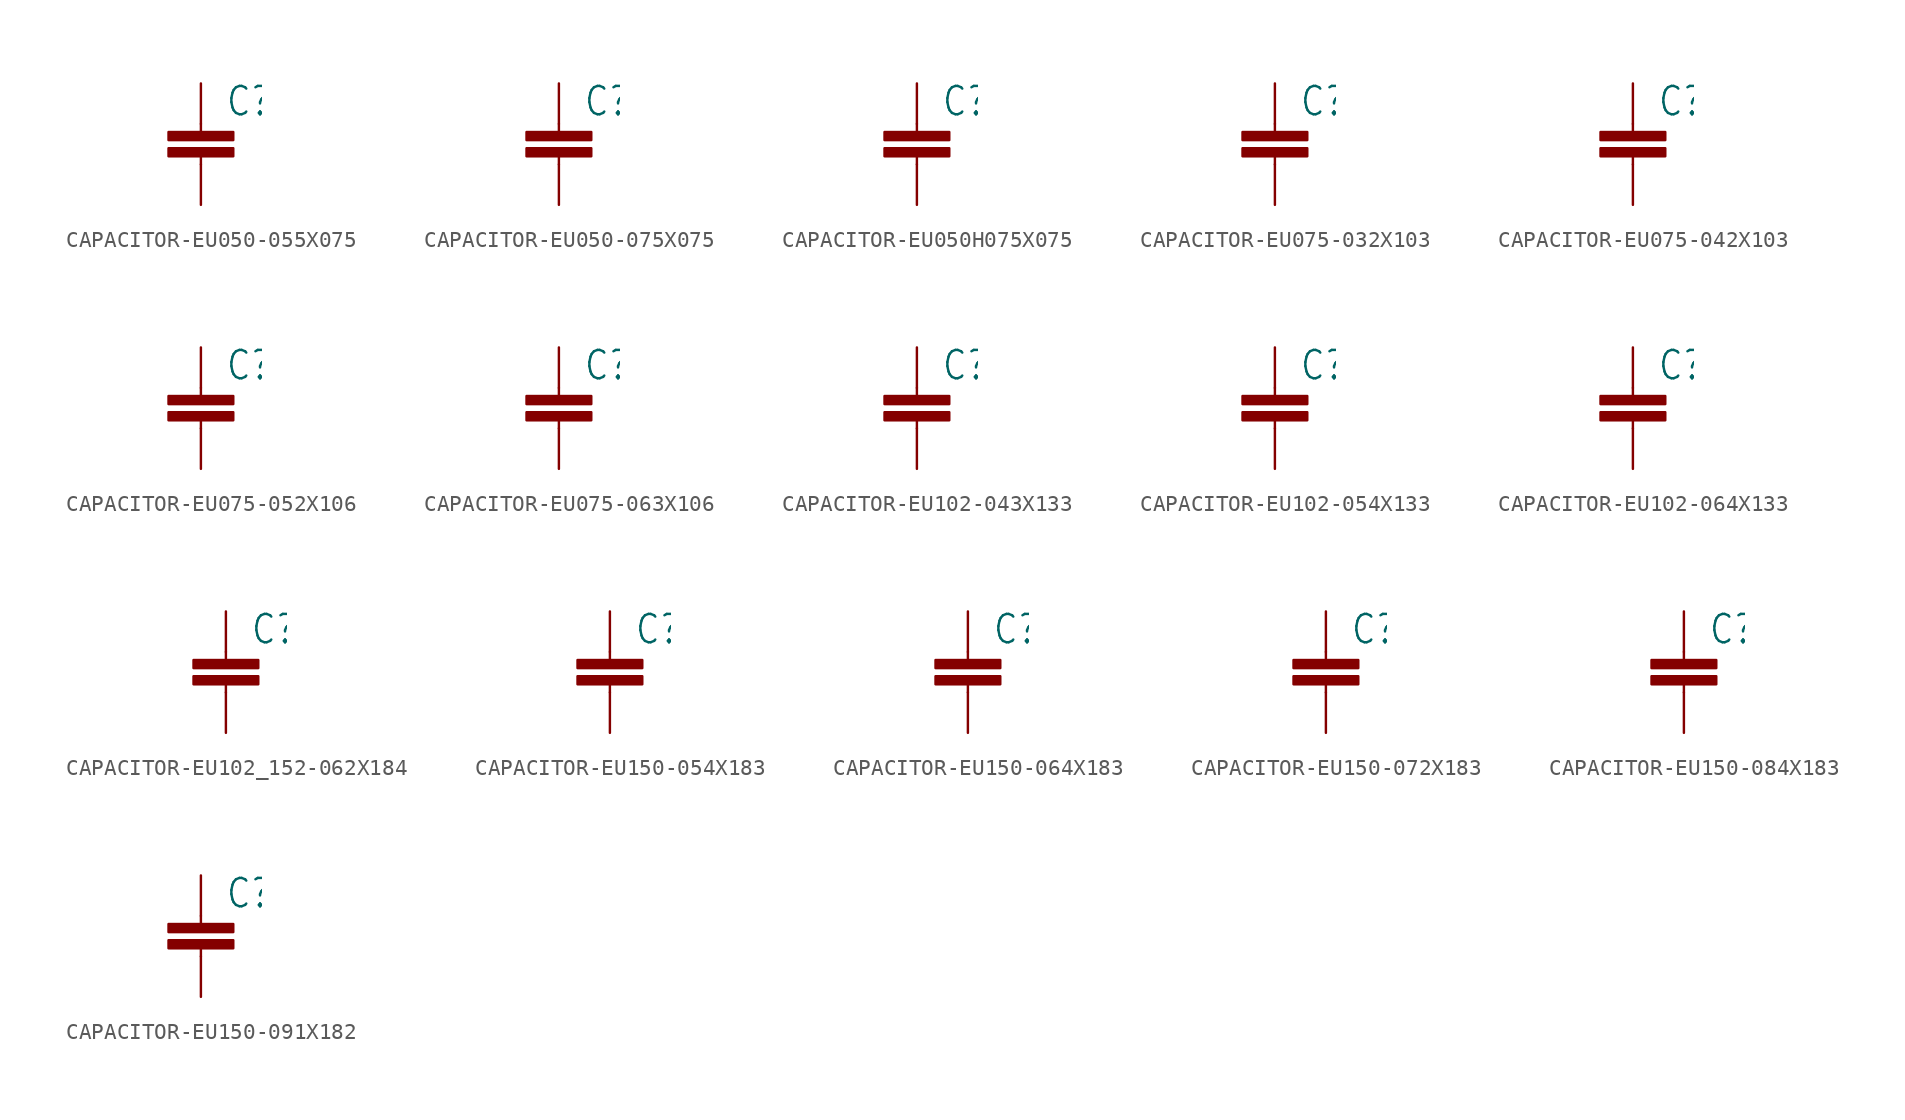
<source format=kicad_sym>
(kicad_symbol_lib
  (version 20231120)
  (generator "kicad_symbol_editor")
  (generator_version "8.0")
  (symbol "CAPACITOR-EU050-055X075"
    (property "Reference" "C"
      (at 1.524 0.381 0)
      (effects (font (size 1.778 1.511)) (justify left bottom)))
    (property "Value" ""
      (at 1.524 -4.699 0)
      (effects (font (size 1.778 1.511)) (justify left bottom)))
    (property "ki_locked" ""
      (at 0 0 0)
      (effects (font (size 1.27 1.27))))
    (symbol "CAPACITOR-EU050-055X075_1_0"
      (rectangle (start -2.032 -2.032) (end 2.032 -1.524) (stroke (width 0) (type default)) (fill (type outline)))
      (rectangle (start -2.032 -1.016) (end 2.032 -0.508) (stroke (width 0) (type default)) (fill (type outline)))
      (polyline (pts (xy 0 -2.54) (xy 0 -2.032)) (stroke (width 0.152) (type solid)) (fill (type none)))
      (polyline (pts (xy 0 0) (xy 0 -0.508)) (stroke (width 0.152) (type solid)) (fill (type none)))
      (pin passive line (at 0 2.54 270) (length 2.54) (name "1" (effects (font (size 0 0)))) (number "1" (effects (font (size 0 0)))))
      (pin passive line (at 0 -5.08 90) (length 2.54) (name "2" (effects (font (size 0 0)))) (number "2" (effects (font (size 0 0)))))))
  (symbol "CAPACITOR-EU050-075X075"
    (property "Reference" "C"
      (at 1.524 0.381 0)
      (effects (font (size 1.778 1.511)) (justify left bottom)))
    (property "Value" ""
      (at 1.524 -4.699 0)
      (effects (font (size 1.778 1.511)) (justify left bottom)))
    (property "ki_locked" ""
      (at 0 0 0)
      (effects (font (size 1.27 1.27))))
    (symbol "CAPACITOR-EU050-075X075_1_0"
      (rectangle (start -2.032 -2.032) (end 2.032 -1.524) (stroke (width 0) (type default)) (fill (type outline)))
      (rectangle (start -2.032 -1.016) (end 2.032 -0.508) (stroke (width 0) (type default)) (fill (type outline)))
      (polyline (pts (xy 0 -2.54) (xy 0 -2.032)) (stroke (width 0.152) (type solid)) (fill (type none)))
      (polyline (pts (xy 0 0) (xy 0 -0.508)) (stroke (width 0.152) (type solid)) (fill (type none)))
      (pin passive line (at 0 2.54 270) (length 2.54) (name "1" (effects (font (size 0 0)))) (number "1" (effects (font (size 0 0)))))
      (pin passive line (at 0 -5.08 90) (length 2.54) (name "2" (effects (font (size 0 0)))) (number "2" (effects (font (size 0 0)))))))
  (symbol "CAPACITOR-EU050H075X075"
    (property "Reference" "C"
      (at 1.524 0.381 0)
      (effects (font (size 1.778 1.511)) (justify left bottom)))
    (property "Value" ""
      (at 1.524 -4.699 0)
      (effects (font (size 1.778 1.511)) (justify left bottom)))
    (property "ki_locked" ""
      (at 0 0 0)
      (effects (font (size 1.27 1.27))))
    (symbol "CAPACITOR-EU050H075X075_1_0"
      (rectangle (start -2.032 -2.032) (end 2.032 -1.524) (stroke (width 0) (type default)) (fill (type outline)))
      (rectangle (start -2.032 -1.016) (end 2.032 -0.508) (stroke (width 0) (type default)) (fill (type outline)))
      (polyline (pts (xy 0 -2.54) (xy 0 -2.032)) (stroke (width 0.152) (type solid)) (fill (type none)))
      (polyline (pts (xy 0 0) (xy 0 -0.508)) (stroke (width 0.152) (type solid)) (fill (type none)))
      (pin passive line (at 0 2.54 270) (length 2.54) (name "1" (effects (font (size 0 0)))) (number "1" (effects (font (size 0 0)))))
      (pin passive line (at 0 -5.08 90) (length 2.54) (name "2" (effects (font (size 0 0)))) (number "2" (effects (font (size 0 0)))))))
  (symbol "CAPACITOR-EU075-032X103"
    (property "Reference" "C"
      (at 1.524 0.381 0)
      (effects (font (size 1.778 1.511)) (justify left bottom)))
    (property "Value" ""
      (at 1.524 -4.699 0)
      (effects (font (size 1.778 1.511)) (justify left bottom)))
    (property "ki_locked" ""
      (at 0 0 0)
      (effects (font (size 1.27 1.27))))
    (symbol "CAPACITOR-EU075-032X103_1_0"
      (rectangle (start -2.032 -2.032) (end 2.032 -1.524) (stroke (width 0) (type default)) (fill (type outline)))
      (rectangle (start -2.032 -1.016) (end 2.032 -0.508) (stroke (width 0) (type default)) (fill (type outline)))
      (polyline (pts (xy 0 -2.54) (xy 0 -2.032)) (stroke (width 0.152) (type solid)) (fill (type none)))
      (polyline (pts (xy 0 0) (xy 0 -0.508)) (stroke (width 0.152) (type solid)) (fill (type none)))
      (pin passive line (at 0 2.54 270) (length 2.54) (name "1" (effects (font (size 0 0)))) (number "1" (effects (font (size 0 0)))))
      (pin passive line (at 0 -5.08 90) (length 2.54) (name "2" (effects (font (size 0 0)))) (number "2" (effects (font (size 0 0)))))))
  (symbol "CAPACITOR-EU075-042X103"
    (property "Reference" "C"
      (at 1.524 0.381 0)
      (effects (font (size 1.778 1.511)) (justify left bottom)))
    (property "Value" ""
      (at 1.524 -4.699 0)
      (effects (font (size 1.778 1.511)) (justify left bottom)))
    (property "ki_locked" ""
      (at 0 0 0)
      (effects (font (size 1.27 1.27))))
    (symbol "CAPACITOR-EU075-042X103_1_0"
      (rectangle (start -2.032 -2.032) (end 2.032 -1.524) (stroke (width 0) (type default)) (fill (type outline)))
      (rectangle (start -2.032 -1.016) (end 2.032 -0.508) (stroke (width 0) (type default)) (fill (type outline)))
      (polyline (pts (xy 0 -2.54) (xy 0 -2.032)) (stroke (width 0.152) (type solid)) (fill (type none)))
      (polyline (pts (xy 0 0) (xy 0 -0.508)) (stroke (width 0.152) (type solid)) (fill (type none)))
      (pin passive line (at 0 2.54 270) (length 2.54) (name "1" (effects (font (size 0 0)))) (number "1" (effects (font (size 0 0)))))
      (pin passive line (at 0 -5.08 90) (length 2.54) (name "2" (effects (font (size 0 0)))) (number "2" (effects (font (size 0 0)))))))
  (symbol "CAPACITOR-EU075-052X106"
    (property "Reference" "C"
      (at 1.524 0.381 0)
      (effects (font (size 1.778 1.511)) (justify left bottom)))
    (property "Value" ""
      (at 1.524 -4.699 0)
      (effects (font (size 1.778 1.511)) (justify left bottom)))
    (property "ki_locked" ""
      (at 0 0 0)
      (effects (font (size 1.27 1.27))))
    (symbol "CAPACITOR-EU075-052X106_1_0"
      (rectangle (start -2.032 -2.032) (end 2.032 -1.524) (stroke (width 0) (type default)) (fill (type outline)))
      (rectangle (start -2.032 -1.016) (end 2.032 -0.508) (stroke (width 0) (type default)) (fill (type outline)))
      (polyline (pts (xy 0 -2.54) (xy 0 -2.032)) (stroke (width 0.152) (type solid)) (fill (type none)))
      (polyline (pts (xy 0 0) (xy 0 -0.508)) (stroke (width 0.152) (type solid)) (fill (type none)))
      (pin passive line (at 0 2.54 270) (length 2.54) (name "1" (effects (font (size 0 0)))) (number "1" (effects (font (size 0 0)))))
      (pin passive line (at 0 -5.08 90) (length 2.54) (name "2" (effects (font (size 0 0)))) (number "2" (effects (font (size 0 0)))))))
  (symbol "CAPACITOR-EU075-063X106"
    (property "Reference" "C"
      (at 1.524 0.381 0)
      (effects (font (size 1.778 1.511)) (justify left bottom)))
    (property "Value" ""
      (at 1.524 -4.699 0)
      (effects (font (size 1.778 1.511)) (justify left bottom)))
    (property "ki_locked" ""
      (at 0 0 0)
      (effects (font (size 1.27 1.27))))
    (symbol "CAPACITOR-EU075-063X106_1_0"
      (rectangle (start -2.032 -2.032) (end 2.032 -1.524) (stroke (width 0) (type default)) (fill (type outline)))
      (rectangle (start -2.032 -1.016) (end 2.032 -0.508) (stroke (width 0) (type default)) (fill (type outline)))
      (polyline (pts (xy 0 -2.54) (xy 0 -2.032)) (stroke (width 0.152) (type solid)) (fill (type none)))
      (polyline (pts (xy 0 0) (xy 0 -0.508)) (stroke (width 0.152) (type solid)) (fill (type none)))
      (pin passive line (at 0 2.54 270) (length 2.54) (name "1" (effects (font (size 0 0)))) (number "1" (effects (font (size 0 0)))))
      (pin passive line (at 0 -5.08 90) (length 2.54) (name "2" (effects (font (size 0 0)))) (number "2" (effects (font (size 0 0)))))))
  (symbol "CAPACITOR-EU102-043X133"
    (property "Reference" "C"
      (at 1.524 0.381 0)
      (effects (font (size 1.778 1.511)) (justify left bottom)))
    (property "Value" ""
      (at 1.524 -4.699 0)
      (effects (font (size 1.778 1.511)) (justify left bottom)))
    (property "ki_locked" ""
      (at 0 0 0)
      (effects (font (size 1.27 1.27))))
    (symbol "CAPACITOR-EU102-043X133_1_0"
      (rectangle (start -2.032 -2.032) (end 2.032 -1.524) (stroke (width 0) (type default)) (fill (type outline)))
      (rectangle (start -2.032 -1.016) (end 2.032 -0.508) (stroke (width 0) (type default)) (fill (type outline)))
      (polyline (pts (xy 0 -2.54) (xy 0 -2.032)) (stroke (width 0.152) (type solid)) (fill (type none)))
      (polyline (pts (xy 0 0) (xy 0 -0.508)) (stroke (width 0.152) (type solid)) (fill (type none)))
      (pin passive line (at 0 2.54 270) (length 2.54) (name "1" (effects (font (size 0 0)))) (number "1" (effects (font (size 0 0)))))
      (pin passive line (at 0 -5.08 90) (length 2.54) (name "2" (effects (font (size 0 0)))) (number "2" (effects (font (size 0 0)))))))
  (symbol "CAPACITOR-EU102-054X133"
    (property "Reference" "C"
      (at 1.524 0.381 0)
      (effects (font (size 1.778 1.511)) (justify left bottom)))
    (property "Value" ""
      (at 1.524 -4.699 0)
      (effects (font (size 1.778 1.511)) (justify left bottom)))
    (property "ki_locked" ""
      (at 0 0 0)
      (effects (font (size 1.27 1.27))))
    (symbol "CAPACITOR-EU102-054X133_1_0"
      (rectangle (start -2.032 -2.032) (end 2.032 -1.524) (stroke (width 0) (type default)) (fill (type outline)))
      (rectangle (start -2.032 -1.016) (end 2.032 -0.508) (stroke (width 0) (type default)) (fill (type outline)))
      (polyline (pts (xy 0 -2.54) (xy 0 -2.032)) (stroke (width 0.152) (type solid)) (fill (type none)))
      (polyline (pts (xy 0 0) (xy 0 -0.508)) (stroke (width 0.152) (type solid)) (fill (type none)))
      (pin passive line (at 0 2.54 270) (length 2.54) (name "1" (effects (font (size 0 0)))) (number "1" (effects (font (size 0 0)))))
      (pin passive line (at 0 -5.08 90) (length 2.54) (name "2" (effects (font (size 0 0)))) (number "2" (effects (font (size 0 0)))))))
  (symbol "CAPACITOR-EU102-064X133"
    (property "Reference" "C"
      (at 1.524 0.381 0)
      (effects (font (size 1.778 1.511)) (justify left bottom)))
    (property "Value" ""
      (at 1.524 -4.699 0)
      (effects (font (size 1.778 1.511)) (justify left bottom)))
    (property "ki_locked" ""
      (at 0 0 0)
      (effects (font (size 1.27 1.27))))
    (symbol "CAPACITOR-EU102-064X133_1_0"
      (rectangle (start -2.032 -2.032) (end 2.032 -1.524) (stroke (width 0) (type default)) (fill (type outline)))
      (rectangle (start -2.032 -1.016) (end 2.032 -0.508) (stroke (width 0) (type default)) (fill (type outline)))
      (polyline (pts (xy 0 -2.54) (xy 0 -2.032)) (stroke (width 0.152) (type solid)) (fill (type none)))
      (polyline (pts (xy 0 0) (xy 0 -0.508)) (stroke (width 0.152) (type solid)) (fill (type none)))
      (pin passive line (at 0 2.54 270) (length 2.54) (name "1" (effects (font (size 0 0)))) (number "1" (effects (font (size 0 0)))))
      (pin passive line (at 0 -5.08 90) (length 2.54) (name "2" (effects (font (size 0 0)))) (number "2" (effects (font (size 0 0)))))))
  (symbol "CAPACITOR-EU102_152-062X184"
    (property "Reference" "C"
      (at 1.524 0.381 0)
      (effects (font (size 1.778 1.511)) (justify left bottom)))
    (property "Value" ""
      (at 1.524 -4.699 0)
      (effects (font (size 1.778 1.511)) (justify left bottom)))
    (property "ki_locked" ""
      (at 0 0 0)
      (effects (font (size 1.27 1.27))))
    (symbol "CAPACITOR-EU102_152-062X184_1_0"
      (rectangle (start -2.032 -2.032) (end 2.032 -1.524) (stroke (width 0) (type default)) (fill (type outline)))
      (rectangle (start -2.032 -1.016) (end 2.032 -0.508) (stroke (width 0) (type default)) (fill (type outline)))
      (polyline (pts (xy 0 -2.54) (xy 0 -2.032)) (stroke (width 0.152) (type solid)) (fill (type none)))
      (polyline (pts (xy 0 0) (xy 0 -0.508)) (stroke (width 0.152) (type solid)) (fill (type none)))
      (pin passive line (at 0 2.54 270) (length 2.54) (name "1" (effects (font (size 0 0)))) (number "1" (effects (font (size 0 0)))))
      (pin passive line (at 0 -5.08 90) (length 2.54) (name "2" (effects (font (size 0 0)))) (number "2" (effects (font (size 0 0)))))))
  (symbol "CAPACITOR-EU150-054X183"
    (property "Reference" "C"
      (at 1.524 0.381 0)
      (effects (font (size 1.778 1.511)) (justify left bottom)))
    (property "Value" ""
      (at 1.524 -4.699 0)
      (effects (font (size 1.778 1.511)) (justify left bottom)))
    (property "ki_locked" ""
      (at 0 0 0)
      (effects (font (size 1.27 1.27))))
    (symbol "CAPACITOR-EU150-054X183_1_0"
      (rectangle (start -2.032 -2.032) (end 2.032 -1.524) (stroke (width 0) (type default)) (fill (type outline)))
      (rectangle (start -2.032 -1.016) (end 2.032 -0.508) (stroke (width 0) (type default)) (fill (type outline)))
      (polyline (pts (xy 0 -2.54) (xy 0 -2.032)) (stroke (width 0.152) (type solid)) (fill (type none)))
      (polyline (pts (xy 0 0) (xy 0 -0.508)) (stroke (width 0.152) (type solid)) (fill (type none)))
      (pin passive line (at 0 2.54 270) (length 2.54) (name "1" (effects (font (size 0 0)))) (number "1" (effects (font (size 0 0)))))
      (pin passive line (at 0 -5.08 90) (length 2.54) (name "2" (effects (font (size 0 0)))) (number "2" (effects (font (size 0 0)))))))
  (symbol "CAPACITOR-EU150-064X183"
    (property "Reference" "C"
      (at 1.524 0.381 0)
      (effects (font (size 1.778 1.511)) (justify left bottom)))
    (property "Value" ""
      (at 1.524 -4.699 0)
      (effects (font (size 1.778 1.511)) (justify left bottom)))
    (property "ki_locked" ""
      (at 0 0 0)
      (effects (font (size 1.27 1.27))))
    (symbol "CAPACITOR-EU150-064X183_1_0"
      (rectangle (start -2.032 -2.032) (end 2.032 -1.524) (stroke (width 0) (type default)) (fill (type outline)))
      (rectangle (start -2.032 -1.016) (end 2.032 -0.508) (stroke (width 0) (type default)) (fill (type outline)))
      (polyline (pts (xy 0 -2.54) (xy 0 -2.032)) (stroke (width 0.152) (type solid)) (fill (type none)))
      (polyline (pts (xy 0 0) (xy 0 -0.508)) (stroke (width 0.152) (type solid)) (fill (type none)))
      (pin passive line (at 0 2.54 270) (length 2.54) (name "1" (effects (font (size 0 0)))) (number "1" (effects (font (size 0 0)))))
      (pin passive line (at 0 -5.08 90) (length 2.54) (name "2" (effects (font (size 0 0)))) (number "2" (effects (font (size 0 0)))))))
  (symbol "CAPACITOR-EU150-072X183"
    (property "Reference" "C"
      (at 1.524 0.381 0)
      (effects (font (size 1.778 1.511)) (justify left bottom)))
    (property "Value" ""
      (at 1.524 -4.699 0)
      (effects (font (size 1.778 1.511)) (justify left bottom)))
    (property "ki_locked" ""
      (at 0 0 0)
      (effects (font (size 1.27 1.27))))
    (symbol "CAPACITOR-EU150-072X183_1_0"
      (rectangle (start -2.032 -2.032) (end 2.032 -1.524) (stroke (width 0) (type default)) (fill (type outline)))
      (rectangle (start -2.032 -1.016) (end 2.032 -0.508) (stroke (width 0) (type default)) (fill (type outline)))
      (polyline (pts (xy 0 -2.54) (xy 0 -2.032)) (stroke (width 0.152) (type solid)) (fill (type none)))
      (polyline (pts (xy 0 0) (xy 0 -0.508)) (stroke (width 0.152) (type solid)) (fill (type none)))
      (pin passive line (at 0 2.54 270) (length 2.54) (name "1" (effects (font (size 0 0)))) (number "1" (effects (font (size 0 0)))))
      (pin passive line (at 0 -5.08 90) (length 2.54) (name "2" (effects (font (size 0 0)))) (number "2" (effects (font (size 0 0)))))))
  (symbol "CAPACITOR-EU150-084X183"
    (property "Reference" "C"
      (at 1.524 0.381 0)
      (effects (font (size 1.778 1.511)) (justify left bottom)))
    (property "Value" ""
      (at 1.524 -4.699 0)
      (effects (font (size 1.778 1.511)) (justify left bottom)))
    (property "ki_locked" ""
      (at 0 0 0)
      (effects (font (size 1.27 1.27))))
    (symbol "CAPACITOR-EU150-084X183_1_0"
      (rectangle (start -2.032 -2.032) (end 2.032 -1.524) (stroke (width 0) (type default)) (fill (type outline)))
      (rectangle (start -2.032 -1.016) (end 2.032 -0.508) (stroke (width 0) (type default)) (fill (type outline)))
      (polyline (pts (xy 0 -2.54) (xy 0 -2.032)) (stroke (width 0.152) (type solid)) (fill (type none)))
      (polyline (pts (xy 0 0) (xy 0 -0.508)) (stroke (width 0.152) (type solid)) (fill (type none)))
      (pin passive line (at 0 2.54 270) (length 2.54) (name "1" (effects (font (size 0 0)))) (number "1" (effects (font (size 0 0)))))
      (pin passive line (at 0 -5.08 90) (length 2.54) (name "2" (effects (font (size 0 0)))) (number "2" (effects (font (size 0 0)))))))
  (symbol "CAPACITOR-EU150-091X182"
    (property "Reference" "C"
      (at 1.524 0.381 0)
      (effects (font (size 1.778 1.511)) (justify left bottom)))
    (property "Value" ""
      (at 1.524 -4.699 0)
      (effects (font (size 1.778 1.511)) (justify left bottom)))
    (property "ki_locked" ""
      (at 0 0 0)
      (effects (font (size 1.27 1.27))))
    (symbol "CAPACITOR-EU150-091X182_1_0"
      (rectangle (start -2.032 -2.032) (end 2.032 -1.524) (stroke (width 0) (type default)) (fill (type outline)))
      (rectangle (start -2.032 -1.016) (end 2.032 -0.508) (stroke (width 0) (type default)) (fill (type outline)))
      (polyline (pts (xy 0 -2.54) (xy 0 -2.032)) (stroke (width 0.152) (type solid)) (fill (type none)))
      (polyline (pts (xy 0 0) (xy 0 -0.508)) (stroke (width 0.152) (type solid)) (fill (type none)))
      (pin passive line (at 0 2.54 270) (length 2.54) (name "1" (effects (font (size 0 0)))) (number "1" (effects (font (size 0 0)))))
      (pin passive line (at 0 -5.08 90) (length 2.54) (name "2" (effects (font (size 0 0)))) (number "2" (effects (font (size 0 0))))))))
</source>
